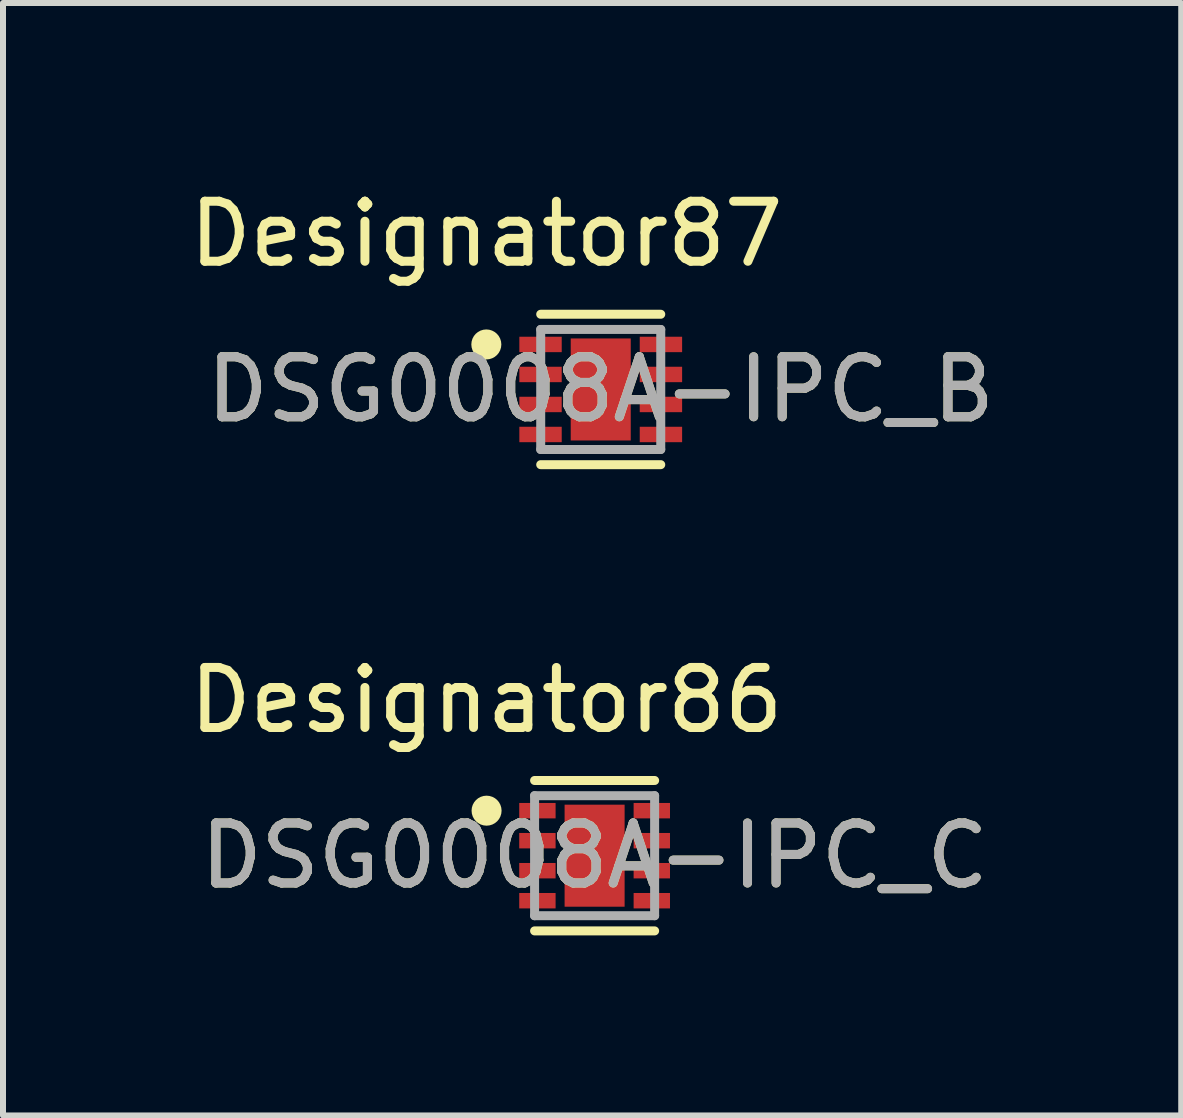
<source format=kicad_pcb>
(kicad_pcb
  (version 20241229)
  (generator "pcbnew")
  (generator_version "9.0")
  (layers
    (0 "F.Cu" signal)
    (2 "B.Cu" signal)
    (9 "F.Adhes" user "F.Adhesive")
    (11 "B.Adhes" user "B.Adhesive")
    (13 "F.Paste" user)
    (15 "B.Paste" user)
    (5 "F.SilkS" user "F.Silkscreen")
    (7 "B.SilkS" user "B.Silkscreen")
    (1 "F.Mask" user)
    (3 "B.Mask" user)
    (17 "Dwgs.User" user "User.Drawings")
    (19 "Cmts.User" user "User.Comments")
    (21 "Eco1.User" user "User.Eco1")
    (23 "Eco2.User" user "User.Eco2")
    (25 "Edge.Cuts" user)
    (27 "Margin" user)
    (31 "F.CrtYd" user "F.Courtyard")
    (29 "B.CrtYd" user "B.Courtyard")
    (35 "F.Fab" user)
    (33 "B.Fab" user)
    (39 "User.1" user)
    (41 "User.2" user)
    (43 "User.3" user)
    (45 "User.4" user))
  (footprint "DSG0008A-IPC_C"
    (layer "F.Cu")
    (at 6.857 11.207)
    (property "Reference" "DSG0008A-IPC_C" (at 0 0 0) (unlocked yes) (layer "F.SilkS") (effects (font (size 1 1) (thickness 0.15))))
    (attr smd)
    (fp_line (start -1 -1.253) (end 1 -1.253) (stroke (width 0.15) (type solid)) (layer "F.SilkS"))
    (fp_line (start -1 1.253) (end 1 1.253) (stroke (width 0.15) (type solid)) (layer "F.SilkS"))
    (fp_circle (center -1.8 -0.75) (end -1.675 -0.75) (stroke (width 0.25) (type solid)) (fill no) (layer "F.SilkS"))
    (fp_poly (pts (xy -0.273 0.623) (xy 0.273 0.623) (xy 0.273 -0.623) (xy -0.273 -0.623)) (stroke (width 0) (type solid)) (fill yes) (layer "F.Paste"))
    (fp_line (start -1 -1) (end 1 -1) (stroke (width 0.15) (type solid)) (layer "F.Fab"))
    (fp_line (start -1 1) (end -1 -1) (stroke (width 0.15) (type solid)) (layer "F.Fab"))
    (fp_line (start -1 1) (end 1 1) (stroke (width 0.15) (type solid)) (layer "F.Fab"))
    (fp_line (start 1 1) (end 1 -1) (stroke (width 0.15) (type solid)) (layer "F.Fab"))
    (fp_text user "Designator86" (at -1.803 -2.591 0) (unlocked yes) (layer "F.SilkS") (effects (font (size 1 1) (thickness 0.15))))
    (fp_text user "${REFERENCE}" (at 0 0 0) (unlocked yes) (layer "F.Fab") (effects (font (size 1 1) (thickness 0.15))))
    (pad "1" smd rect (at -0.953 -0.75) (size 0.606 0.257) (layers "F.Cu" "F.Mask" "F.Paste"))
    (pad "2" smd rect (at -0.953 -0.25) (size 0.606 0.257) (layers "F.Cu" "F.Mask" "F.Paste"))
    (pad "3" smd rect (at -0.953 0.25) (size 0.606 0.257) (layers "F.Cu" "F.Mask" "F.Paste"))
    (pad "4" smd rect (at -0.953 0.75) (size 0.606 0.257) (layers "F.Cu" "F.Mask" "F.Paste"))
    (pad "5" smd rect (at 0.953 0.75) (size 0.606 0.257) (layers "F.Cu" "F.Mask" "F.Paste"))
    (pad "6" smd rect (at 0.953 0.25) (size 0.606 0.257) (layers "F.Cu" "F.Mask" "F.Paste"))
    (pad "7" smd rect (at 0.953 -0.25) (size 0.606 0.257) (layers "F.Cu" "F.Mask" "F.Paste"))
    (pad "8" smd rect (at 0.953 -0.75) (size 0.606 0.257) (layers "F.Cu" "F.Mask" "F.Paste"))
    (pad "9" smd rect (at 0 0) (size 1 1.7) (layers "F.Cu" "F.Mask")))
  (footprint "DSG0008A-IPC_B"
    (layer "F.Cu")
    (at 6.959 3.439)
    (property "Reference" "DSG0008A-IPC_B" (at 0 0 0) (unlocked yes) (layer "F.SilkS") (effects (font (size 1 1) (thickness 0.15))))
    (attr smd)
    (fp_line (start -1 -1.253) (end 1 -1.253) (stroke (width 0.15) (type solid)) (layer "F.SilkS"))
    (fp_line (start -1 1.253) (end 1 1.253) (stroke (width 0.15) (type solid)) (layer "F.SilkS"))
    (fp_circle (center -1.906 -0.75) (end -1.781 -0.75) (stroke (width 0.25) (type solid)) (fill no) (layer "F.SilkS"))
    (fp_poly (pts (xy -0.273 0.623) (xy 0.273 0.623) (xy 0.273 -0.623) (xy -0.273 -0.623)) (stroke (width 0) (type solid)) (fill yes) (layer "F.Paste"))
    (fp_line (start -1 -1) (end 1 -1) (stroke (width 0.15) (type solid)) (layer "F.Fab"))
    (fp_line (start -1 1) (end -1 -1) (stroke (width 0.15) (type solid)) (layer "F.Fab"))
    (fp_line (start -1 1) (end 1 1) (stroke (width 0.15) (type solid)) (layer "F.Fab"))
    (fp_line (start 1 1) (end 1 -1) (stroke (width 0.15) (type solid)) (layer "F.Fab"))
    (fp_text user "Designator87" (at -1.905 -2.591 0) (unlocked yes) (layer "F.SilkS") (effects (font (size 1 1) (thickness 0.15))))
    (fp_text user "${REFERENCE}" (at 0 0 0) (unlocked yes) (layer "F.Fab") (effects (font (size 1 1) (thickness 0.15))))
    (pad "1" smd rect (at -1.003 -0.75) (size 0.706 0.257) (layers "F.Cu" "F.Mask" "F.Paste"))
    (pad "2" smd rect (at -1.003 -0.25) (size 0.706 0.257) (layers "F.Cu" "F.Mask" "F.Paste"))
    (pad "3" smd rect (at -1.003 0.25) (size 0.706 0.257) (layers "F.Cu" "F.Mask" "F.Paste"))
    (pad "4" smd rect (at -1.003 0.75) (size 0.706 0.257) (layers "F.Cu" "F.Mask" "F.Paste"))
    (pad "5" smd rect (at 1.003 0.75) (size 0.706 0.257) (layers "F.Cu" "F.Mask" "F.Paste"))
    (pad "6" smd rect (at 1.003 0.25) (size 0.706 0.257) (layers "F.Cu" "F.Mask" "F.Paste"))
    (pad "7" smd rect (at 1.003 -0.25) (size 0.706 0.257) (layers "F.Cu" "F.Mask" "F.Paste"))
    (pad "8" smd rect (at 1.003 -0.75) (size 0.706 0.257) (layers "F.Cu" "F.Mask" "F.Paste"))
    (pad "9" smd rect (at 0 0) (size 1 1.7) (layers "F.Cu" "F.Mask")))
  (gr_rect
    (start -3 -3)
    (end 16.631 15.535)
    (stroke (width 0.1) (type default))
    (fill no)
    (layer "Edge.Cuts")))
</source>
